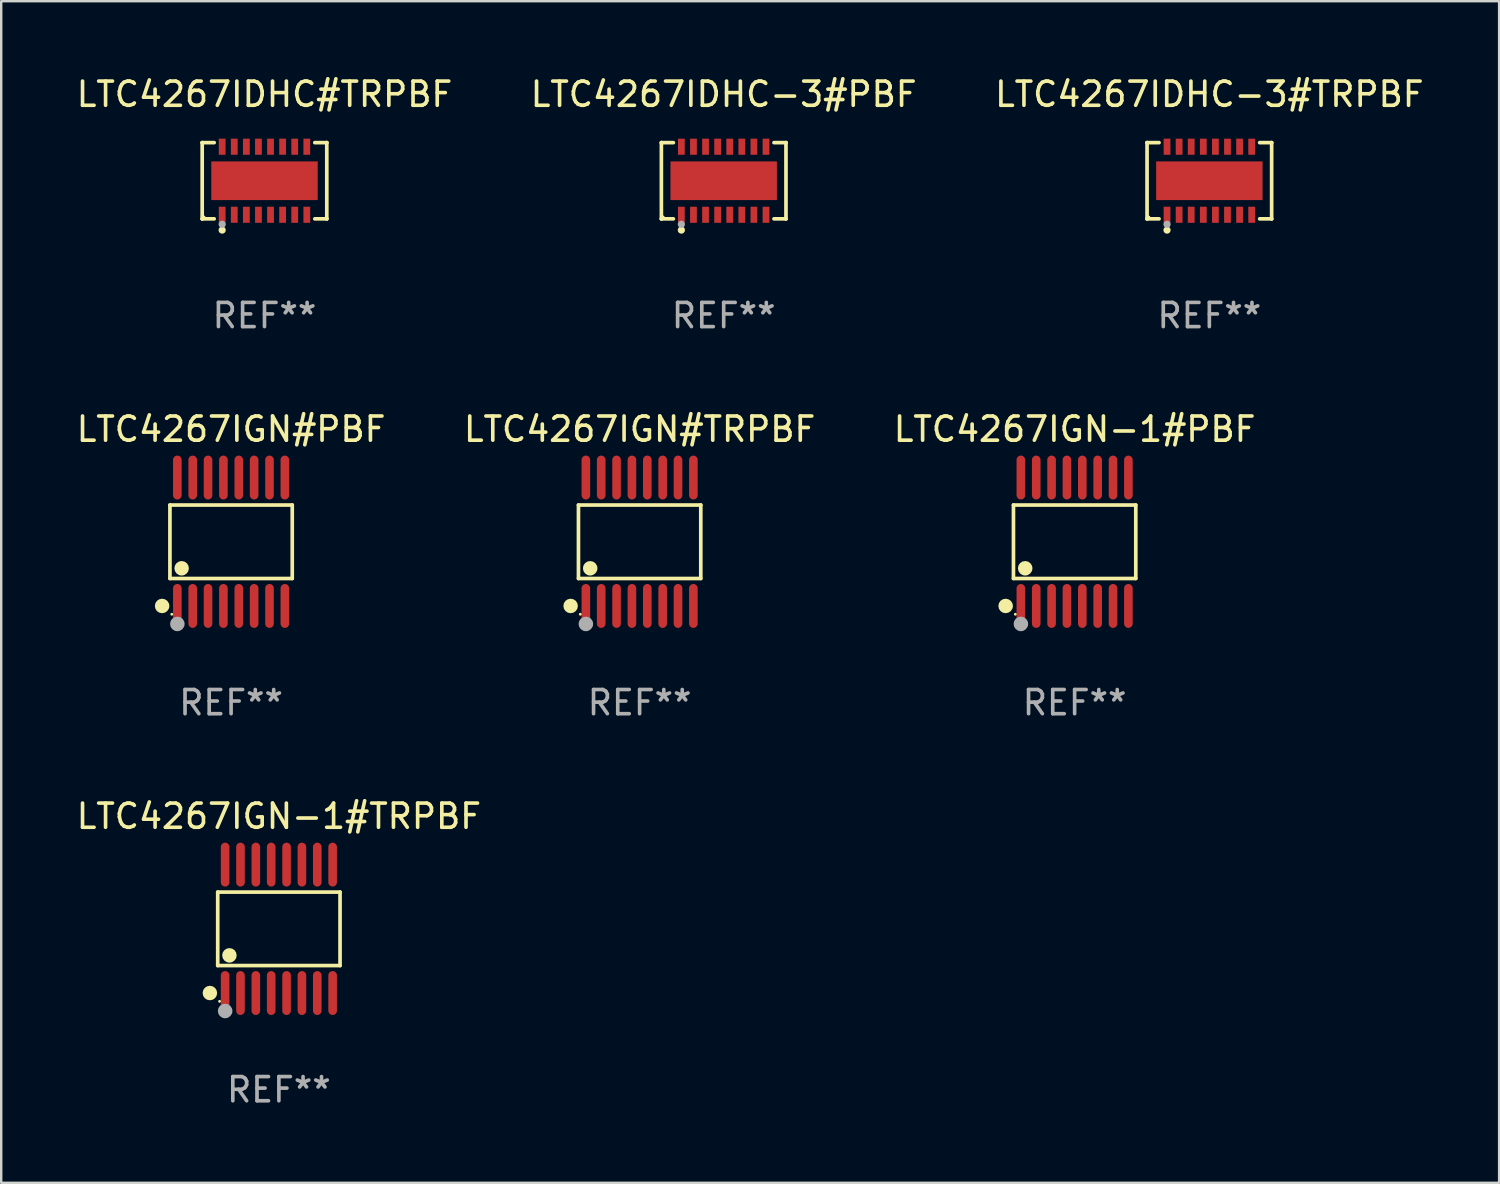
<source format=kicad_pcb>
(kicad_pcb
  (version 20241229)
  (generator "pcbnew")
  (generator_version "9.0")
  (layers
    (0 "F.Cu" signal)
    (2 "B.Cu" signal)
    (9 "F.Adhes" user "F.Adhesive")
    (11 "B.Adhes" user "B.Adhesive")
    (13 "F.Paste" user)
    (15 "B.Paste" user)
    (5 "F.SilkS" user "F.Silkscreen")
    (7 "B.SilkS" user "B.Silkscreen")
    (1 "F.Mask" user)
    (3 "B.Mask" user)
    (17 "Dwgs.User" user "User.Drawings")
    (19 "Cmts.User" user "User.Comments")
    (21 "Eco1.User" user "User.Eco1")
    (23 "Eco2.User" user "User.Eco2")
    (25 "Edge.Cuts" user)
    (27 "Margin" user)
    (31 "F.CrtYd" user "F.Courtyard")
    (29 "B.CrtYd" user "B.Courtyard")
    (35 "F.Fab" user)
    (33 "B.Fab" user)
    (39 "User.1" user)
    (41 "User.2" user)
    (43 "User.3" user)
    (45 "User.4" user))
  (footprint "LTC4267IGN-1#TRPBF"
    (layer "F.Cu")
    (at 8.482 35.358)
    (property "Reference" "LTC4267IGN-1#TRPBF" (at 0 -4.655 0) (layer "F.SilkS") (effects (font (size 1 1) (thickness 0.15))))
    (attr through_hole)
    (fp_line (start -2.529 -1.519) (end 2.529 -1.519) (stroke (width 0.152) (type solid)) (layer "F.SilkS"))
    (fp_line (start -2.529 1.519) (end -2.529 -1.519) (stroke (width 0.152) (type solid)) (layer "F.SilkS"))
    (fp_line (start 2.529 -1.519) (end 2.529 1.519) (stroke (width 0.152) (type solid)) (layer "F.SilkS"))
    (fp_line (start 2.529 1.519) (end -2.529 1.519) (stroke (width 0.152) (type solid)) (layer "F.SilkS"))
    (fp_circle (center -2.853 2.655) (end -2.703 2.655) (stroke (width 0.3) (type solid)) (fill no) (layer "F.SilkS"))
    (fp_circle (center -2.453 2.998) (end -2.423 2.998) (stroke (width 0.06) (type solid)) (fill no) (layer "F.SilkS"))
    (fp_circle (center -2.045 1.097) (end -1.895 1.097) (stroke (width 0.3) (type solid)) (fill no) (layer "F.SilkS"))
    (fp_circle (center -2.223 3.398) (end -2.072 3.398) (stroke (width 0.3) (type solid)) (fill no) (layer "F.Fab"))
    (fp_text user "REF**" (at 0 6.655 0) (layer "F.Fab") (effects (font (size 1 1) (thickness 0.15))))
    (pad "1" smd oval (at -2.223 2.655) (size 0.356 1.815) (layers "F.Cu" "F.Mask" "F.Paste"))
    (pad "2" smd oval (at -1.588 2.655) (size 0.356 1.815) (layers "F.Cu" "F.Mask" "F.Paste"))
    (pad "3" smd oval (at -0.953 2.655) (size 0.356 1.815) (layers "F.Cu" "F.Mask" "F.Paste"))
    (pad "4" smd oval (at -0.318 2.655) (size 0.356 1.815) (layers "F.Cu" "F.Mask" "F.Paste"))
    (pad "5" smd oval (at 0.318 2.655) (size 0.356 1.815) (layers "F.Cu" "F.Mask" "F.Paste"))
    (pad "6" smd oval (at 0.953 2.655) (size 0.356 1.815) (layers "F.Cu" "F.Mask" "F.Paste"))
    (pad "7" smd oval (at 1.588 2.655) (size 0.356 1.815) (layers "F.Cu" "F.Mask" "F.Paste"))
    (pad "8" smd oval (at 2.223 2.655) (size 0.356 1.815) (layers "F.Cu" "F.Mask" "F.Paste"))
    (pad "9" smd oval (at 2.223 -2.655) (size 0.356 1.815) (layers "F.Cu" "F.Mask" "F.Paste"))
    (pad "10" smd oval (at 1.588 -2.655) (size 0.356 1.815) (layers "F.Cu" "F.Mask" "F.Paste"))
    (pad "11" smd oval (at 0.953 -2.655) (size 0.356 1.815) (layers "F.Cu" "F.Mask" "F.Paste"))
    (pad "12" smd oval (at 0.318 -2.655) (size 0.356 1.815) (layers "F.Cu" "F.Mask" "F.Paste"))
    (pad "13" smd oval (at -0.318 -2.655) (size 0.356 1.815) (layers "F.Cu" "F.Mask" "F.Paste"))
    (pad "14" smd oval (at -0.953 -2.655) (size 0.356 1.815) (layers "F.Cu" "F.Mask" "F.Paste"))
    (pad "15" smd oval (at -1.588 -2.655) (size 0.356 1.815) (layers "F.Cu" "F.Mask" "F.Paste"))
    (pad "16" smd oval (at -2.223 -2.655) (size 0.356 1.815) (layers "F.Cu" "F.Mask" "F.Paste")))
  (footprint "LTC4267IGN#TRPBF"
    (layer "F.Cu")
    (at 23.399 19.352)
    (property "Reference" "LTC4267IGN#TRPBF" (at 0 -4.655 0) (layer "F.SilkS") (effects (font (size 1 1) (thickness 0.15))))
    (attr through_hole)
    (fp_line (start -2.529 -1.519) (end 2.529 -1.519) (stroke (width 0.152) (type solid)) (layer "F.SilkS"))
    (fp_line (start -2.529 1.519) (end -2.529 -1.519) (stroke (width 0.152) (type solid)) (layer "F.SilkS"))
    (fp_line (start 2.529 -1.519) (end 2.529 1.519) (stroke (width 0.152) (type solid)) (layer "F.SilkS"))
    (fp_line (start 2.529 1.519) (end -2.529 1.519) (stroke (width 0.152) (type solid)) (layer "F.SilkS"))
    (fp_circle (center -2.853 2.655) (end -2.703 2.655) (stroke (width 0.3) (type solid)) (fill no) (layer "F.SilkS"))
    (fp_circle (center -2.453 2.998) (end -2.423 2.998) (stroke (width 0.06) (type solid)) (fill no) (layer "F.SilkS"))
    (fp_circle (center -2.045 1.097) (end -1.895 1.097) (stroke (width 0.3) (type solid)) (fill no) (layer "F.SilkS"))
    (fp_circle (center -2.223 3.398) (end -2.072 3.398) (stroke (width 0.3) (type solid)) (fill no) (layer "F.Fab"))
    (fp_text user "REF**" (at 0 6.655 0) (layer "F.Fab") (effects (font (size 1 1) (thickness 0.15))))
    (pad "1" smd oval (at -2.223 2.655) (size 0.356 1.815) (layers "F.Cu" "F.Mask" "F.Paste"))
    (pad "2" smd oval (at -1.588 2.655) (size 0.356 1.815) (layers "F.Cu" "F.Mask" "F.Paste"))
    (pad "3" smd oval (at -0.953 2.655) (size 0.356 1.815) (layers "F.Cu" "F.Mask" "F.Paste"))
    (pad "4" smd oval (at -0.318 2.655) (size 0.356 1.815) (layers "F.Cu" "F.Mask" "F.Paste"))
    (pad "5" smd oval (at 0.318 2.655) (size 0.356 1.815) (layers "F.Cu" "F.Mask" "F.Paste"))
    (pad "6" smd oval (at 0.953 2.655) (size 0.356 1.815) (layers "F.Cu" "F.Mask" "F.Paste"))
    (pad "7" smd oval (at 1.588 2.655) (size 0.356 1.815) (layers "F.Cu" "F.Mask" "F.Paste"))
    (pad "8" smd oval (at 2.223 2.655) (size 0.356 1.815) (layers "F.Cu" "F.Mask" "F.Paste"))
    (pad "9" smd oval (at 2.223 -2.655) (size 0.356 1.815) (layers "F.Cu" "F.Mask" "F.Paste"))
    (pad "10" smd oval (at 1.588 -2.655) (size 0.356 1.815) (layers "F.Cu" "F.Mask" "F.Paste"))
    (pad "11" smd oval (at 0.953 -2.655) (size 0.356 1.815) (layers "F.Cu" "F.Mask" "F.Paste"))
    (pad "12" smd oval (at 0.318 -2.655) (size 0.356 1.815) (layers "F.Cu" "F.Mask" "F.Paste"))
    (pad "13" smd oval (at -0.318 -2.655) (size 0.356 1.815) (layers "F.Cu" "F.Mask" "F.Paste"))
    (pad "14" smd oval (at -0.953 -2.655) (size 0.356 1.815) (layers "F.Cu" "F.Mask" "F.Paste"))
    (pad "15" smd oval (at -1.588 -2.655) (size 0.356 1.815) (layers "F.Cu" "F.Mask" "F.Paste"))
    (pad "16" smd oval (at -2.223 -2.655) (size 0.356 1.815) (layers "F.Cu" "F.Mask" "F.Paste")))
  (footprint "LTC4267IDHC-3#PBF"
    (layer "F.Cu")
    (at 26.875 4.424)
    (property "Reference" "LTC4267IDHC-3#PBF" (at 0 -3.576 0) (layer "F.SilkS") (effects (font (size 1 1) (thickness 0.15))))
    (attr through_hole)
    (fp_line (start -2.576 -1.576) (end -2.576 -1.576) (stroke (width 0.152) (type solid)) (layer "F.SilkS"))
    (fp_line (start -2.576 -1.576) (end -2.08 -1.576) (stroke (width 0.152) (type solid)) (layer "F.SilkS"))
    (fp_line (start -2.576 1.576) (end -2.576 -1.576) (stroke (width 0.152) (type solid)) (layer "F.SilkS"))
    (fp_line (start -2.576 1.576) (end -2.576 1.576) (stroke (width 0.152) (type solid)) (layer "F.SilkS"))
    (fp_line (start -2.08 1.576) (end -2.576 1.576) (stroke (width 0.152) (type solid)) (layer "F.SilkS"))
    (fp_line (start 2.08 1.576) (end 2.576 1.576) (stroke (width 0.152) (type solid)) (layer "F.SilkS"))
    (fp_line (start 2.576 -1.576) (end 2.08 -1.576) (stroke (width 0.152) (type solid)) (layer "F.SilkS"))
    (fp_line (start 2.576 -1.576) (end 2.576 -1.576) (stroke (width 0.152) (type solid)) (layer "F.SilkS"))
    (fp_line (start 2.576 1.576) (end 2.576 -1.576) (stroke (width 0.152) (type solid)) (layer "F.SilkS"))
    (fp_line (start 2.576 1.576) (end 2.576 1.576) (stroke (width 0.152) (type solid)) (layer "F.SilkS"))
    (fp_circle (center -2.5 1.5) (end -2.47 1.5) (stroke (width 0.06) (type solid)) (fill no) (layer "F.SilkS"))
    (fp_circle (center -1.75 2.04) (end -1.675 2.04) (stroke (width 0.15) (type solid)) (fill no) (layer "F.SilkS"))
    (fp_circle (center -1.75 1.8) (end -1.675 1.8) (stroke (width 0.15) (type solid)) (fill no) (layer "F.Fab"))
    (fp_text user "REF**" (at 0 5.576 0) (layer "F.Fab") (effects (font (size 1 1) (thickness 0.15))))
    (pad "1" smd rect (at -1.75 1.407) (size 0.28 0.665) (layers "F.Cu" "F.Mask" "F.Paste"))
    (pad "2" smd rect (at -1.25 1.407) (size 0.28 0.665) (layers "F.Cu" "F.Mask" "F.Paste"))
    (pad "3" smd rect (at -0.75 1.407) (size 0.28 0.665) (layers "F.Cu" "F.Mask" "F.Paste"))
    (pad "4" smd rect (at -0.25 1.407) (size 0.28 0.665) (layers "F.Cu" "F.Mask" "F.Paste"))
    (pad "5" smd rect (at 0.25 1.407) (size 0.28 0.665) (layers "F.Cu" "F.Mask" "F.Paste"))
    (pad "6" smd rect (at 0.75 1.407) (size 0.28 0.665) (layers "F.Cu" "F.Mask" "F.Paste"))
    (pad "7" smd rect (at 1.25 1.407) (size 0.28 0.665) (layers "F.Cu" "F.Mask" "F.Paste"))
    (pad "8" smd rect (at 1.75 1.407) (size 0.28 0.665) (layers "F.Cu" "F.Mask" "F.Paste"))
    (pad "9" smd rect (at 1.75 -1.407) (size 0.28 0.665) (layers "F.Cu" "F.Mask" "F.Paste"))
    (pad "10" smd rect (at 1.25 -1.407) (size 0.28 0.665) (layers "F.Cu" "F.Mask" "F.Paste"))
    (pad "11" smd rect (at 0.75 -1.407) (size 0.28 0.665) (layers "F.Cu" "F.Mask" "F.Paste"))
    (pad "12" smd rect (at 0.25 -1.407) (size 0.28 0.665) (layers "F.Cu" "F.Mask" "F.Paste"))
    (pad "13" smd rect (at -0.25 -1.407) (size 0.28 0.665) (layers "F.Cu" "F.Mask" "F.Paste"))
    (pad "14" smd rect (at -0.75 -1.407) (size 0.28 0.665) (layers "F.Cu" "F.Mask" "F.Paste"))
    (pad "15" smd rect (at -1.25 -1.407) (size 0.28 0.665) (layers "F.Cu" "F.Mask" "F.Paste"))
    (pad "16" smd rect (at -1.75 -1.407) (size 0.28 0.665) (layers "F.Cu" "F.Mask" "F.Paste"))
    (pad "17" smd rect (at 0 0) (size 4.4 1.6) (layers "F.Cu" "F.Mask" "F.Paste")))
  (footprint "LTC4267IGN#PBF"
    (layer "F.Cu")
    (at 6.506 19.352)
    (property "Reference" "LTC4267IGN#PBF" (at 0 -4.655 0) (layer "F.SilkS") (effects (font (size 1 1) (thickness 0.15))))
    (attr through_hole)
    (fp_line (start -2.529 -1.519) (end 2.529 -1.519) (stroke (width 0.152) (type solid)) (layer "F.SilkS"))
    (fp_line (start -2.529 1.519) (end -2.529 -1.519) (stroke (width 0.152) (type solid)) (layer "F.SilkS"))
    (fp_line (start 2.529 -1.519) (end 2.529 1.519) (stroke (width 0.152) (type solid)) (layer "F.SilkS"))
    (fp_line (start 2.529 1.519) (end -2.529 1.519) (stroke (width 0.152) (type solid)) (layer "F.SilkS"))
    (fp_circle (center -2.853 2.655) (end -2.703 2.655) (stroke (width 0.3) (type solid)) (fill no) (layer "F.SilkS"))
    (fp_circle (center -2.453 2.998) (end -2.423 2.998) (stroke (width 0.06) (type solid)) (fill no) (layer "F.SilkS"))
    (fp_circle (center -2.045 1.097) (end -1.895 1.097) (stroke (width 0.3) (type solid)) (fill no) (layer "F.SilkS"))
    (fp_circle (center -2.223 3.398) (end -2.072 3.398) (stroke (width 0.3) (type solid)) (fill no) (layer "F.Fab"))
    (fp_text user "REF**" (at 0 6.655 0) (layer "F.Fab") (effects (font (size 1 1) (thickness 0.15))))
    (pad "1" smd oval (at -2.223 2.655) (size 0.356 1.815) (layers "F.Cu" "F.Mask" "F.Paste"))
    (pad "2" smd oval (at -1.588 2.655) (size 0.356 1.815) (layers "F.Cu" "F.Mask" "F.Paste"))
    (pad "3" smd oval (at -0.953 2.655) (size 0.356 1.815) (layers "F.Cu" "F.Mask" "F.Paste"))
    (pad "4" smd oval (at -0.318 2.655) (size 0.356 1.815) (layers "F.Cu" "F.Mask" "F.Paste"))
    (pad "5" smd oval (at 0.318 2.655) (size 0.356 1.815) (layers "F.Cu" "F.Mask" "F.Paste"))
    (pad "6" smd oval (at 0.953 2.655) (size 0.356 1.815) (layers "F.Cu" "F.Mask" "F.Paste"))
    (pad "7" smd oval (at 1.588 2.655) (size 0.356 1.815) (layers "F.Cu" "F.Mask" "F.Paste"))
    (pad "8" smd oval (at 2.223 2.655) (size 0.356 1.815) (layers "F.Cu" "F.Mask" "F.Paste"))
    (pad "9" smd oval (at 2.223 -2.655) (size 0.356 1.815) (layers "F.Cu" "F.Mask" "F.Paste"))
    (pad "10" smd oval (at 1.588 -2.655) (size 0.356 1.815) (layers "F.Cu" "F.Mask" "F.Paste"))
    (pad "11" smd oval (at 0.953 -2.655) (size 0.356 1.815) (layers "F.Cu" "F.Mask" "F.Paste"))
    (pad "12" smd oval (at 0.318 -2.655) (size 0.356 1.815) (layers "F.Cu" "F.Mask" "F.Paste"))
    (pad "13" smd oval (at -0.318 -2.655) (size 0.356 1.815) (layers "F.Cu" "F.Mask" "F.Paste"))
    (pad "14" smd oval (at -0.953 -2.655) (size 0.356 1.815) (layers "F.Cu" "F.Mask" "F.Paste"))
    (pad "15" smd oval (at -1.588 -2.655) (size 0.356 1.815) (layers "F.Cu" "F.Mask" "F.Paste"))
    (pad "16" smd oval (at -2.223 -2.655) (size 0.356 1.815) (layers "F.Cu" "F.Mask" "F.Paste")))
  (footprint "LTC4267IGN-1#PBF"
    (layer "F.Cu")
    (at 41.387 19.352)
    (property "Reference" "LTC4267IGN-1#PBF" (at 0 -4.655 0) (layer "F.SilkS") (effects (font (size 1 1) (thickness 0.15))))
    (attr through_hole)
    (fp_line (start -2.529 -1.519) (end 2.529 -1.519) (stroke (width 0.152) (type solid)) (layer "F.SilkS"))
    (fp_line (start -2.529 1.519) (end -2.529 -1.519) (stroke (width 0.152) (type solid)) (layer "F.SilkS"))
    (fp_line (start 2.529 -1.519) (end 2.529 1.519) (stroke (width 0.152) (type solid)) (layer "F.SilkS"))
    (fp_line (start 2.529 1.519) (end -2.529 1.519) (stroke (width 0.152) (type solid)) (layer "F.SilkS"))
    (fp_circle (center -2.853 2.655) (end -2.703 2.655) (stroke (width 0.3) (type solid)) (fill no) (layer "F.SilkS"))
    (fp_circle (center -2.453 2.998) (end -2.423 2.998) (stroke (width 0.06) (type solid)) (fill no) (layer "F.SilkS"))
    (fp_circle (center -2.045 1.097) (end -1.895 1.097) (stroke (width 0.3) (type solid)) (fill no) (layer "F.SilkS"))
    (fp_circle (center -2.223 3.398) (end -2.072 3.398) (stroke (width 0.3) (type solid)) (fill no) (layer "F.Fab"))
    (fp_text user "REF**" (at 0 6.655 0) (layer "F.Fab") (effects (font (size 1 1) (thickness 0.15))))
    (pad "1" smd oval (at -2.223 2.655) (size 0.356 1.815) (layers "F.Cu" "F.Mask" "F.Paste"))
    (pad "2" smd oval (at -1.588 2.655) (size 0.356 1.815) (layers "F.Cu" "F.Mask" "F.Paste"))
    (pad "3" smd oval (at -0.953 2.655) (size 0.356 1.815) (layers "F.Cu" "F.Mask" "F.Paste"))
    (pad "4" smd oval (at -0.318 2.655) (size 0.356 1.815) (layers "F.Cu" "F.Mask" "F.Paste"))
    (pad "5" smd oval (at 0.318 2.655) (size 0.356 1.815) (layers "F.Cu" "F.Mask" "F.Paste"))
    (pad "6" smd oval (at 0.953 2.655) (size 0.356 1.815) (layers "F.Cu" "F.Mask" "F.Paste"))
    (pad "7" smd oval (at 1.588 2.655) (size 0.356 1.815) (layers "F.Cu" "F.Mask" "F.Paste"))
    (pad "8" smd oval (at 2.223 2.655) (size 0.356 1.815) (layers "F.Cu" "F.Mask" "F.Paste"))
    (pad "9" smd oval (at 2.223 -2.655) (size 0.356 1.815) (layers "F.Cu" "F.Mask" "F.Paste"))
    (pad "10" smd oval (at 1.588 -2.655) (size 0.356 1.815) (layers "F.Cu" "F.Mask" "F.Paste"))
    (pad "11" smd oval (at 0.953 -2.655) (size 0.356 1.815) (layers "F.Cu" "F.Mask" "F.Paste"))
    (pad "12" smd oval (at 0.318 -2.655) (size 0.356 1.815) (layers "F.Cu" "F.Mask" "F.Paste"))
    (pad "13" smd oval (at -0.318 -2.655) (size 0.356 1.815) (layers "F.Cu" "F.Mask" "F.Paste"))
    (pad "14" smd oval (at -0.953 -2.655) (size 0.356 1.815) (layers "F.Cu" "F.Mask" "F.Paste"))
    (pad "15" smd oval (at -1.588 -2.655) (size 0.356 1.815) (layers "F.Cu" "F.Mask" "F.Paste"))
    (pad "16" smd oval (at -2.223 -2.655) (size 0.356 1.815) (layers "F.Cu" "F.Mask" "F.Paste")))
  (footprint "LTC4267IDHC#TRPBF"
    (layer "F.Cu")
    (at 7.887 4.424)
    (property "Reference" "LTC4267IDHC#TRPBF" (at 0 -3.576 0) (layer "F.SilkS") (effects (font (size 1 1) (thickness 0.15))))
    (attr through_hole)
    (fp_line (start -2.576 -1.576) (end -2.576 -1.576) (stroke (width 0.152) (type solid)) (layer "F.SilkS"))
    (fp_line (start -2.576 -1.576) (end -2.08 -1.576) (stroke (width 0.152) (type solid)) (layer "F.SilkS"))
    (fp_line (start -2.576 1.576) (end -2.576 -1.576) (stroke (width 0.152) (type solid)) (layer "F.SilkS"))
    (fp_line (start -2.576 1.576) (end -2.576 1.576) (stroke (width 0.152) (type solid)) (layer "F.SilkS"))
    (fp_line (start -2.08 1.576) (end -2.576 1.576) (stroke (width 0.152) (type solid)) (layer "F.SilkS"))
    (fp_line (start 2.08 1.576) (end 2.576 1.576) (stroke (width 0.152) (type solid)) (layer "F.SilkS"))
    (fp_line (start 2.576 -1.576) (end 2.08 -1.576) (stroke (width 0.152) (type solid)) (layer "F.SilkS"))
    (fp_line (start 2.576 -1.576) (end 2.576 -1.576) (stroke (width 0.152) (type solid)) (layer "F.SilkS"))
    (fp_line (start 2.576 1.576) (end 2.576 -1.576) (stroke (width 0.152) (type solid)) (layer "F.SilkS"))
    (fp_line (start 2.576 1.576) (end 2.576 1.576) (stroke (width 0.152) (type solid)) (layer "F.SilkS"))
    (fp_circle (center -2.5 1.5) (end -2.47 1.5) (stroke (width 0.06) (type solid)) (fill no) (layer "F.SilkS"))
    (fp_circle (center -1.75 2.04) (end -1.675 2.04) (stroke (width 0.15) (type solid)) (fill no) (layer "F.SilkS"))
    (fp_circle (center -1.75 1.8) (end -1.675 1.8) (stroke (width 0.15) (type solid)) (fill no) (layer "F.Fab"))
    (fp_text user "REF**" (at 0 5.576 0) (layer "F.Fab") (effects (font (size 1 1) (thickness 0.15))))
    (pad "1" smd rect (at -1.75 1.407) (size 0.28 0.665) (layers "F.Cu" "F.Mask" "F.Paste"))
    (pad "2" smd rect (at -1.25 1.407) (size 0.28 0.665) (layers "F.Cu" "F.Mask" "F.Paste"))
    (pad "3" smd rect (at -0.75 1.407) (size 0.28 0.665) (layers "F.Cu" "F.Mask" "F.Paste"))
    (pad "4" smd rect (at -0.25 1.407) (size 0.28 0.665) (layers "F.Cu" "F.Mask" "F.Paste"))
    (pad "5" smd rect (at 0.25 1.407) (size 0.28 0.665) (layers "F.Cu" "F.Mask" "F.Paste"))
    (pad "6" smd rect (at 0.75 1.407) (size 0.28 0.665) (layers "F.Cu" "F.Mask" "F.Paste"))
    (pad "7" smd rect (at 1.25 1.407) (size 0.28 0.665) (layers "F.Cu" "F.Mask" "F.Paste"))
    (pad "8" smd rect (at 1.75 1.407) (size 0.28 0.665) (layers "F.Cu" "F.Mask" "F.Paste"))
    (pad "9" smd rect (at 1.75 -1.407) (size 0.28 0.665) (layers "F.Cu" "F.Mask" "F.Paste"))
    (pad "10" smd rect (at 1.25 -1.407) (size 0.28 0.665) (layers "F.Cu" "F.Mask" "F.Paste"))
    (pad "11" smd rect (at 0.75 -1.407) (size 0.28 0.665) (layers "F.Cu" "F.Mask" "F.Paste"))
    (pad "12" smd rect (at 0.25 -1.407) (size 0.28 0.665) (layers "F.Cu" "F.Mask" "F.Paste"))
    (pad "13" smd rect (at -0.25 -1.407) (size 0.28 0.665) (layers "F.Cu" "F.Mask" "F.Paste"))
    (pad "14" smd rect (at -0.75 -1.407) (size 0.28 0.665) (layers "F.Cu" "F.Mask" "F.Paste"))
    (pad "15" smd rect (at -1.25 -1.407) (size 0.28 0.665) (layers "F.Cu" "F.Mask" "F.Paste"))
    (pad "16" smd rect (at -1.75 -1.407) (size 0.28 0.665) (layers "F.Cu" "F.Mask" "F.Paste"))
    (pad "17" smd rect (at 0 0) (size 4.4 1.6) (layers "F.Cu" "F.Mask" "F.Paste")))
  (footprint "LTC4267IDHC-3#TRPBF"
    (layer "F.Cu")
    (at 46.958 4.424)
    (property "Reference" "LTC4267IDHC-3#TRPBF" (at 0 -3.576 0) (layer "F.SilkS") (effects (font (size 1 1) (thickness 0.15))))
    (attr through_hole)
    (fp_line (start -2.576 -1.576) (end -2.576 -1.576) (stroke (width 0.152) (type solid)) (layer "F.SilkS"))
    (fp_line (start -2.576 -1.576) (end -2.08 -1.576) (stroke (width 0.152) (type solid)) (layer "F.SilkS"))
    (fp_line (start -2.576 1.576) (end -2.576 -1.576) (stroke (width 0.152) (type solid)) (layer "F.SilkS"))
    (fp_line (start -2.576 1.576) (end -2.576 1.576) (stroke (width 0.152) (type solid)) (layer "F.SilkS"))
    (fp_line (start -2.08 1.576) (end -2.576 1.576) (stroke (width 0.152) (type solid)) (layer "F.SilkS"))
    (fp_line (start 2.08 1.576) (end 2.576 1.576) (stroke (width 0.152) (type solid)) (layer "F.SilkS"))
    (fp_line (start 2.576 -1.576) (end 2.08 -1.576) (stroke (width 0.152) (type solid)) (layer "F.SilkS"))
    (fp_line (start 2.576 -1.576) (end 2.576 -1.576) (stroke (width 0.152) (type solid)) (layer "F.SilkS"))
    (fp_line (start 2.576 1.576) (end 2.576 -1.576) (stroke (width 0.152) (type solid)) (layer "F.SilkS"))
    (fp_line (start 2.576 1.576) (end 2.576 1.576) (stroke (width 0.152) (type solid)) (layer "F.SilkS"))
    (fp_circle (center -2.5 1.5) (end -2.47 1.5) (stroke (width 0.06) (type solid)) (fill no) (layer "F.SilkS"))
    (fp_circle (center -1.75 2.04) (end -1.675 2.04) (stroke (width 0.15) (type solid)) (fill no) (layer "F.SilkS"))
    (fp_circle (center -1.75 1.8) (end -1.675 1.8) (stroke (width 0.15) (type solid)) (fill no) (layer "F.Fab"))
    (fp_text user "REF**" (at 0 5.576 0) (layer "F.Fab") (effects (font (size 1 1) (thickness 0.15))))
    (pad "1" smd rect (at -1.75 1.407) (size 0.28 0.665) (layers "F.Cu" "F.Mask" "F.Paste"))
    (pad "2" smd rect (at -1.25 1.407) (size 0.28 0.665) (layers "F.Cu" "F.Mask" "F.Paste"))
    (pad "3" smd rect (at -0.75 1.407) (size 0.28 0.665) (layers "F.Cu" "F.Mask" "F.Paste"))
    (pad "4" smd rect (at -0.25 1.407) (size 0.28 0.665) (layers "F.Cu" "F.Mask" "F.Paste"))
    (pad "5" smd rect (at 0.25 1.407) (size 0.28 0.665) (layers "F.Cu" "F.Mask" "F.Paste"))
    (pad "6" smd rect (at 0.75 1.407) (size 0.28 0.665) (layers "F.Cu" "F.Mask" "F.Paste"))
    (pad "7" smd rect (at 1.25 1.407) (size 0.28 0.665) (layers "F.Cu" "F.Mask" "F.Paste"))
    (pad "8" smd rect (at 1.75 1.407) (size 0.28 0.665) (layers "F.Cu" "F.Mask" "F.Paste"))
    (pad "9" smd rect (at 1.75 -1.407) (size 0.28 0.665) (layers "F.Cu" "F.Mask" "F.Paste"))
    (pad "10" smd rect (at 1.25 -1.407) (size 0.28 0.665) (layers "F.Cu" "F.Mask" "F.Paste"))
    (pad "11" smd rect (at 0.75 -1.407) (size 0.28 0.665) (layers "F.Cu" "F.Mask" "F.Paste"))
    (pad "12" smd rect (at 0.25 -1.407) (size 0.28 0.665) (layers "F.Cu" "F.Mask" "F.Paste"))
    (pad "13" smd rect (at -0.25 -1.407) (size 0.28 0.665) (layers "F.Cu" "F.Mask" "F.Paste"))
    (pad "14" smd rect (at -0.75 -1.407) (size 0.28 0.665) (layers "F.Cu" "F.Mask" "F.Paste"))
    (pad "15" smd rect (at -1.25 -1.407) (size 0.28 0.665) (layers "F.Cu" "F.Mask" "F.Paste"))
    (pad "16" smd rect (at -1.75 -1.407) (size 0.28 0.665) (layers "F.Cu" "F.Mask" "F.Paste"))
    (pad "17" smd rect (at 0 0) (size 4.4 1.6) (layers "F.Cu" "F.Mask" "F.Paste")))
  (gr_rect
    (start -3 -3)
    (end 58.94 45.861)
    (stroke (width 0.1) (type default))
    (fill no)
    (layer "Edge.Cuts")))
</source>
